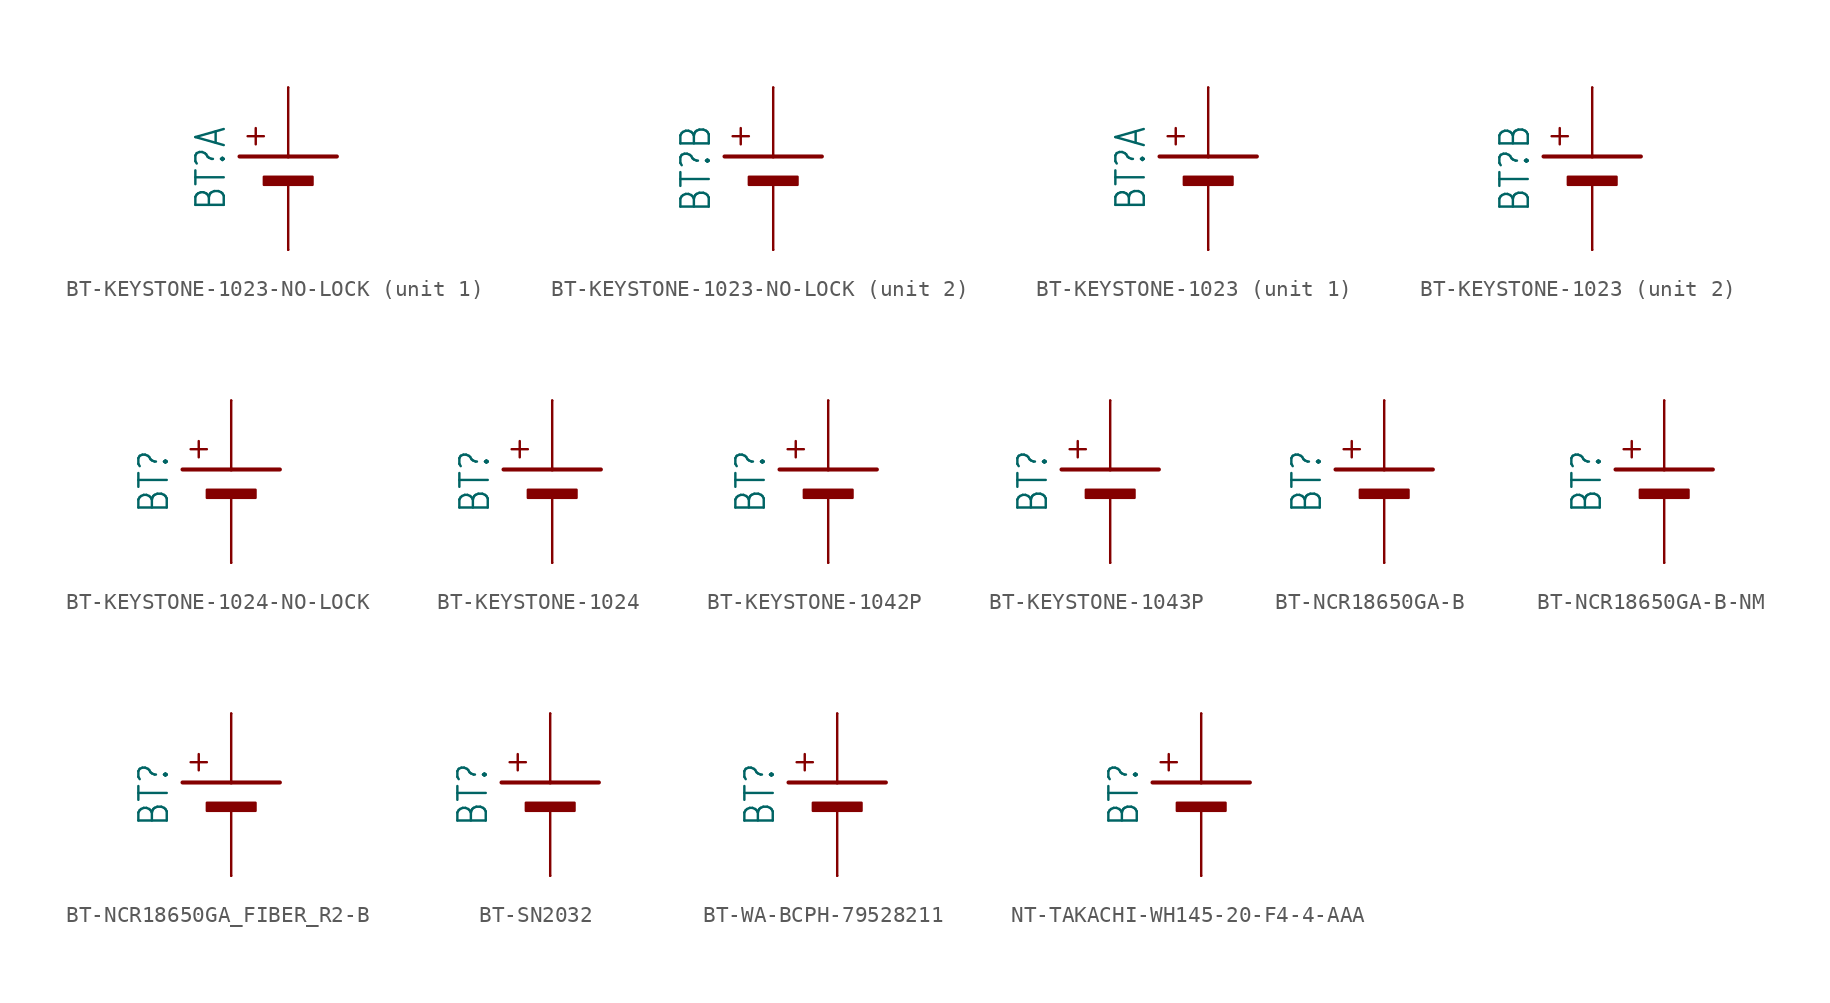
<source format=kicad_sym>
(kicad_symbol_lib
  (version 20231120)
  (generator "kicad_symbol_editor")
  (generator_version "8.0")
  (symbol "BT-KEYSTONE-1023-NO-LOCK"
    (property "Reference" "BT"
      (at -3.81 0 90)
      (effects (font (size 1.778 1.511)) (justify bottom)))
    (property "Value" ""
      (at 3.81 0 90)
      (effects (font (size 1.778 1.511)) (justify top)))
    (property "ki_locked" ""
      (at 0 0 0)
      (effects (font (size 1.27 1.27))))
    (symbol "BT-KEYSTONE-1023-NO-LOCK_1_0"
      (rectangle (start -1.524 -1.016) (end 1.524 -0.508) (stroke (width 0) (type default)) (fill (type outline)))
      (polyline (pts (xy -3.048 0.762) (xy 0 0.762)) (stroke (width 0.254) (type solid)) (fill (type none)))
      (polyline (pts (xy -2.54 2.032) (xy -1.524 2.032)) (stroke (width 0.152) (type solid)) (fill (type none)))
      (polyline (pts (xy -2.032 1.524) (xy -2.032 2.54)) (stroke (width 0.152) (type solid)) (fill (type none)))
      (polyline (pts (xy 0 -0.762) (xy 0 -5.08)) (stroke (width 0.152) (type solid)) (fill (type none)))
      (polyline (pts (xy 0 0.762) (xy 3.048 0.762)) (stroke (width 0.254) (type solid)) (fill (type none)))
      (polyline (pts (xy 0 5.08) (xy 0 0.762)) (stroke (width 0.152) (type solid)) (fill (type none)))
      (pin passive line (at 0 -5.08 90) (length 0) (name "M" (effects (font (size 0 0)))) (number "M1" (effects (font (size 0 0)))))
      (pin passive line (at 0 5.08 270) (length 0) (name "P" (effects (font (size 0 0)))) (number "P1" (effects (font (size 0 0))))))
    (symbol "BT-KEYSTONE-1023-NO-LOCK_2_0"
      (rectangle (start -1.524 -1.016) (end 1.524 -0.508) (stroke (width 0) (type default)) (fill (type outline)))
      (polyline (pts (xy -3.048 0.762) (xy 0 0.762)) (stroke (width 0.254) (type solid)) (fill (type none)))
      (polyline (pts (xy -2.54 2.032) (xy -1.524 2.032)) (stroke (width 0.152) (type solid)) (fill (type none)))
      (polyline (pts (xy -2.032 1.524) (xy -2.032 2.54)) (stroke (width 0.152) (type solid)) (fill (type none)))
      (polyline (pts (xy 0 -0.762) (xy 0 -5.08)) (stroke (width 0.152) (type solid)) (fill (type none)))
      (polyline (pts (xy 0 0.762) (xy 3.048 0.762)) (stroke (width 0.254) (type solid)) (fill (type none)))
      (polyline (pts (xy 0 5.08) (xy 0 0.762)) (stroke (width 0.152) (type solid)) (fill (type none)))
      (pin passive line (at 0 -5.08 90) (length 0) (name "M" (effects (font (size 0 0)))) (number "M2" (effects (font (size 0 0)))))
      (pin passive line (at 0 5.08 270) (length 0) (name "P" (effects (font (size 0 0)))) (number "P2" (effects (font (size 0 0)))))))
  (symbol "BT-KEYSTONE-1023"
    (property "Reference" "BT"
      (at -3.81 0 90)
      (effects (font (size 1.778 1.511)) (justify bottom)))
    (property "Value" ""
      (at 3.81 0 90)
      (effects (font (size 1.778 1.511)) (justify top)))
    (property "ki_locked" ""
      (at 0 0 0)
      (effects (font (size 1.27 1.27))))
    (symbol "BT-KEYSTONE-1023_1_0"
      (rectangle (start -1.524 -1.016) (end 1.524 -0.508) (stroke (width 0) (type default)) (fill (type outline)))
      (polyline (pts (xy -3.048 0.762) (xy 0 0.762)) (stroke (width 0.254) (type solid)) (fill (type none)))
      (polyline (pts (xy -2.54 2.032) (xy -1.524 2.032)) (stroke (width 0.152) (type solid)) (fill (type none)))
      (polyline (pts (xy -2.032 1.524) (xy -2.032 2.54)) (stroke (width 0.152) (type solid)) (fill (type none)))
      (polyline (pts (xy 0 -0.762) (xy 0 -5.08)) (stroke (width 0.152) (type solid)) (fill (type none)))
      (polyline (pts (xy 0 0.762) (xy 3.048 0.762)) (stroke (width 0.254) (type solid)) (fill (type none)))
      (polyline (pts (xy 0 5.08) (xy 0 0.762)) (stroke (width 0.152) (type solid)) (fill (type none)))
      (pin passive line (at 0 -5.08 90) (length 0) (name "M" (effects (font (size 0 0)))) (number "M1" (effects (font (size 0 0)))))
      (pin passive line (at 0 5.08 270) (length 0) (name "P" (effects (font (size 0 0)))) (number "P1" (effects (font (size 0 0))))))
    (symbol "BT-KEYSTONE-1023_2_0"
      (rectangle (start -1.524 -1.016) (end 1.524 -0.508) (stroke (width 0) (type default)) (fill (type outline)))
      (polyline (pts (xy -3.048 0.762) (xy 0 0.762)) (stroke (width 0.254) (type solid)) (fill (type none)))
      (polyline (pts (xy -2.54 2.032) (xy -1.524 2.032)) (stroke (width 0.152) (type solid)) (fill (type none)))
      (polyline (pts (xy -2.032 1.524) (xy -2.032 2.54)) (stroke (width 0.152) (type solid)) (fill (type none)))
      (polyline (pts (xy 0 -0.762) (xy 0 -5.08)) (stroke (width 0.152) (type solid)) (fill (type none)))
      (polyline (pts (xy 0 0.762) (xy 3.048 0.762)) (stroke (width 0.254) (type solid)) (fill (type none)))
      (polyline (pts (xy 0 5.08) (xy 0 0.762)) (stroke (width 0.152) (type solid)) (fill (type none)))
      (pin passive line (at 0 -5.08 90) (length 0) (name "M" (effects (font (size 0 0)))) (number "M2" (effects (font (size 0 0)))))
      (pin passive line (at 0 5.08 270) (length 0) (name "P" (effects (font (size 0 0)))) (number "P2" (effects (font (size 0 0)))))))
  (symbol "BT-KEYSTONE-1024-NO-LOCK"
    (property "Reference" "BT"
      (at -3.81 0 90)
      (effects (font (size 1.778 1.511)) (justify bottom)))
    (property "Value" ""
      (at 3.81 0 90)
      (effects (font (size 1.778 1.511)) (justify top)))
    (property "ki_locked" ""
      (at 0 0 0)
      (effects (font (size 1.27 1.27))))
    (symbol "BT-KEYSTONE-1024-NO-LOCK_1_0"
      (rectangle (start -1.524 -1.016) (end 1.524 -0.508) (stroke (width 0) (type default)) (fill (type outline)))
      (polyline (pts (xy -3.048 0.762) (xy 0 0.762)) (stroke (width 0.254) (type solid)) (fill (type none)))
      (polyline (pts (xy -2.54 2.032) (xy -1.524 2.032)) (stroke (width 0.152) (type solid)) (fill (type none)))
      (polyline (pts (xy -2.032 1.524) (xy -2.032 2.54)) (stroke (width 0.152) (type solid)) (fill (type none)))
      (polyline (pts (xy 0 -0.762) (xy 0 -5.08)) (stroke (width 0.152) (type solid)) (fill (type none)))
      (polyline (pts (xy 0 0.762) (xy 3.048 0.762)) (stroke (width 0.254) (type solid)) (fill (type none)))
      (polyline (pts (xy 0 5.08) (xy 0 0.762)) (stroke (width 0.152) (type solid)) (fill (type none)))
      (pin passive line (at 0 -5.08 90) (length 0) (name "M" (effects (font (size 0 0)))) (number "M" (effects (font (size 0 0)))))
      (pin passive line (at 0 5.08 270) (length 0) (name "P" (effects (font (size 0 0)))) (number "P" (effects (font (size 0 0)))))))
  (symbol "BT-KEYSTONE-1024"
    (property "Reference" "BT"
      (at -3.81 0 90)
      (effects (font (size 1.778 1.511)) (justify bottom)))
    (property "Value" ""
      (at 3.81 0 90)
      (effects (font (size 1.778 1.511)) (justify top)))
    (property "ki_locked" ""
      (at 0 0 0)
      (effects (font (size 1.27 1.27))))
    (symbol "BT-KEYSTONE-1024_1_0"
      (rectangle (start -1.524 -1.016) (end 1.524 -0.508) (stroke (width 0) (type default)) (fill (type outline)))
      (polyline (pts (xy -3.048 0.762) (xy 0 0.762)) (stroke (width 0.254) (type solid)) (fill (type none)))
      (polyline (pts (xy -2.54 2.032) (xy -1.524 2.032)) (stroke (width 0.152) (type solid)) (fill (type none)))
      (polyline (pts (xy -2.032 1.524) (xy -2.032 2.54)) (stroke (width 0.152) (type solid)) (fill (type none)))
      (polyline (pts (xy 0 -0.762) (xy 0 -5.08)) (stroke (width 0.152) (type solid)) (fill (type none)))
      (polyline (pts (xy 0 0.762) (xy 3.048 0.762)) (stroke (width 0.254) (type solid)) (fill (type none)))
      (polyline (pts (xy 0 5.08) (xy 0 0.762)) (stroke (width 0.152) (type solid)) (fill (type none)))
      (pin passive line (at 0 -5.08 90) (length 0) (name "M" (effects (font (size 0 0)))) (number "M" (effects (font (size 0 0)))))
      (pin passive line (at 0 5.08 270) (length 0) (name "P" (effects (font (size 0 0)))) (number "P" (effects (font (size 0 0)))))))
  (symbol "BT-KEYSTONE-1042P"
    (property "Reference" "BT"
      (at -3.81 0 90)
      (effects (font (size 1.778 1.511)) (justify bottom)))
    (property "Value" ""
      (at 3.81 0 90)
      (effects (font (size 1.778 1.511)) (justify top)))
    (property "ki_locked" ""
      (at 0 0 0)
      (effects (font (size 1.27 1.27))))
    (symbol "BT-KEYSTONE-1042P_1_0"
      (rectangle (start -1.524 -1.016) (end 1.524 -0.508) (stroke (width 0) (type default)) (fill (type outline)))
      (polyline (pts (xy -3.048 0.762) (xy 0 0.762)) (stroke (width 0.254) (type solid)) (fill (type none)))
      (polyline (pts (xy -2.54 2.032) (xy -1.524 2.032)) (stroke (width 0.152) (type solid)) (fill (type none)))
      (polyline (pts (xy -2.032 1.524) (xy -2.032 2.54)) (stroke (width 0.152) (type solid)) (fill (type none)))
      (polyline (pts (xy 0 -0.762) (xy 0 -5.08)) (stroke (width 0.152) (type solid)) (fill (type none)))
      (polyline (pts (xy 0 0.762) (xy 3.048 0.762)) (stroke (width 0.254) (type solid)) (fill (type none)))
      (polyline (pts (xy 0 5.08) (xy 0 0.762)) (stroke (width 0.152) (type solid)) (fill (type none)))
      (pin passive line (at 0 -5.08 90) (length 0) (name "M" (effects (font (size 0 0)))) (number "M" (effects (font (size 0 0)))))
      (pin passive line (at 0 5.08 270) (length 0) (name "P" (effects (font (size 0 0)))) (number "P" (effects (font (size 0 0)))))))
  (symbol "BT-KEYSTONE-1043P"
    (property "Reference" "BT"
      (at -3.81 0 90)
      (effects (font (size 1.778 1.511)) (justify bottom)))
    (property "Value" ""
      (at 3.81 0 90)
      (effects (font (size 1.778 1.511)) (justify top)))
    (property "ki_locked" ""
      (at 0 0 0)
      (effects (font (size 1.27 1.27))))
    (symbol "BT-KEYSTONE-1043P_1_0"
      (rectangle (start -1.524 -1.016) (end 1.524 -0.508) (stroke (width 0) (type default)) (fill (type outline)))
      (polyline (pts (xy -3.048 0.762) (xy 0 0.762)) (stroke (width 0.254) (type solid)) (fill (type none)))
      (polyline (pts (xy -2.54 2.032) (xy -1.524 2.032)) (stroke (width 0.152) (type solid)) (fill (type none)))
      (polyline (pts (xy -2.032 1.524) (xy -2.032 2.54)) (stroke (width 0.152) (type solid)) (fill (type none)))
      (polyline (pts (xy 0 -0.762) (xy 0 -5.08)) (stroke (width 0.152) (type solid)) (fill (type none)))
      (polyline (pts (xy 0 0.762) (xy 3.048 0.762)) (stroke (width 0.254) (type solid)) (fill (type none)))
      (polyline (pts (xy 0 5.08) (xy 0 0.762)) (stroke (width 0.152) (type solid)) (fill (type none)))
      (pin passive line (at 0 -5.08 90) (length 0) (name "M" (effects (font (size 0 0)))) (number "M" (effects (font (size 0 0)))))
      (pin passive line (at 0 5.08 270) (length 0) (name "P" (effects (font (size 0 0)))) (number "P" (effects (font (size 0 0)))))))
  (symbol "BT-NCR18650GA-B"
    (property "Reference" "BT"
      (at -3.81 0 90)
      (effects (font (size 1.778 1.511)) (justify bottom)))
    (property "Value" ""
      (at 3.81 0 90)
      (effects (font (size 1.778 1.511)) (justify top)))
    (property "ki_locked" ""
      (at 0 0 0)
      (effects (font (size 1.27 1.27))))
    (symbol "BT-NCR18650GA-B_1_0"
      (rectangle (start -1.524 -1.016) (end 1.524 -0.508) (stroke (width 0) (type default)) (fill (type outline)))
      (polyline (pts (xy -3.048 0.762) (xy 0 0.762)) (stroke (width 0.254) (type solid)) (fill (type none)))
      (polyline (pts (xy -2.54 2.032) (xy -1.524 2.032)) (stroke (width 0.152) (type solid)) (fill (type none)))
      (polyline (pts (xy -2.032 1.524) (xy -2.032 2.54)) (stroke (width 0.152) (type solid)) (fill (type none)))
      (polyline (pts (xy 0 -0.762) (xy 0 -5.08)) (stroke (width 0.152) (type solid)) (fill (type none)))
      (polyline (pts (xy 0 0.762) (xy 3.048 0.762)) (stroke (width 0.254) (type solid)) (fill (type none)))
      (polyline (pts (xy 0 5.08) (xy 0 0.762)) (stroke (width 0.152) (type solid)) (fill (type none)))
      (pin passive line (at 0 -5.08 90) (length 0) (name "M" (effects (font (size 0 0)))) (number "M" (effects (font (size 0 0)))))
      (pin passive line (at 0 5.08 270) (length 0) (name "P" (effects (font (size 0 0)))) (number "P" (effects (font (size 0 0)))))))
  (symbol "BT-NCR18650GA-B-NM"
    (property "Reference" "BT"
      (at -3.81 0 90)
      (effects (font (size 1.778 1.511)) (justify bottom)))
    (property "Value" ""
      (at 3.81 0 90)
      (effects (font (size 1.778 1.511)) (justify top)))
    (property "ki_locked" ""
      (at 0 0 0)
      (effects (font (size 1.27 1.27))))
    (symbol "BT-NCR18650GA-B-NM_1_0"
      (rectangle (start -1.524 -1.016) (end 1.524 -0.508) (stroke (width 0) (type default)) (fill (type outline)))
      (polyline (pts (xy -3.048 0.762) (xy 0 0.762)) (stroke (width 0.254) (type solid)) (fill (type none)))
      (polyline (pts (xy -2.54 2.032) (xy -1.524 2.032)) (stroke (width 0.152) (type solid)) (fill (type none)))
      (polyline (pts (xy -2.032 1.524) (xy -2.032 2.54)) (stroke (width 0.152) (type solid)) (fill (type none)))
      (polyline (pts (xy 0 -0.762) (xy 0 -5.08)) (stroke (width 0.152) (type solid)) (fill (type none)))
      (polyline (pts (xy 0 0.762) (xy 3.048 0.762)) (stroke (width 0.254) (type solid)) (fill (type none)))
      (polyline (pts (xy 0 5.08) (xy 0 0.762)) (stroke (width 0.152) (type solid)) (fill (type none)))
      (pin passive line (at 0 -5.08 90) (length 0) (name "M" (effects (font (size 0 0)))) (number "M" (effects (font (size 0 0)))))
      (pin passive line (at 0 5.08 270) (length 0) (name "P" (effects (font (size 0 0)))) (number "P" (effects (font (size 0 0)))))))
  (symbol "BT-NCR18650GA_FIBER_R2-B"
    (property "Reference" "BT"
      (at -3.81 0 90)
      (effects (font (size 1.778 1.511)) (justify bottom)))
    (property "Value" ""
      (at 3.81 0 90)
      (effects (font (size 1.778 1.511)) (justify top)))
    (property "ki_locked" ""
      (at 0 0 0)
      (effects (font (size 1.27 1.27))))
    (symbol "BT-NCR18650GA_FIBER_R2-B_1_0"
      (rectangle (start -1.524 -1.016) (end 1.524 -0.508) (stroke (width 0) (type default)) (fill (type outline)))
      (polyline (pts (xy -3.048 0.762) (xy 0 0.762)) (stroke (width 0.254) (type solid)) (fill (type none)))
      (polyline (pts (xy -2.54 2.032) (xy -1.524 2.032)) (stroke (width 0.152) (type solid)) (fill (type none)))
      (polyline (pts (xy -2.032 1.524) (xy -2.032 2.54)) (stroke (width 0.152) (type solid)) (fill (type none)))
      (polyline (pts (xy 0 -0.762) (xy 0 -5.08)) (stroke (width 0.152) (type solid)) (fill (type none)))
      (polyline (pts (xy 0 0.762) (xy 3.048 0.762)) (stroke (width 0.254) (type solid)) (fill (type none)))
      (polyline (pts (xy 0 5.08) (xy 0 0.762)) (stroke (width 0.152) (type solid)) (fill (type none)))
      (pin passive line (at 0 -5.08 90) (length 0) (name "M" (effects (font (size 0 0)))) (number "M" (effects (font (size 0 0)))))
      (pin passive line (at 0 5.08 270) (length 0) (name "P" (effects (font (size 0 0)))) (number "P" (effects (font (size 0 0)))))))
  (symbol "BT-SN2032"
    (property "Reference" "BT"
      (at -3.81 0 90)
      (effects (font (size 1.778 1.511)) (justify bottom)))
    (property "Value" ""
      (at 3.81 0 90)
      (effects (font (size 1.778 1.511)) (justify top)))
    (property "ki_locked" ""
      (at 0 0 0)
      (effects (font (size 1.27 1.27))))
    (symbol "BT-SN2032_1_0"
      (rectangle (start -1.524 -1.016) (end 1.524 -0.508) (stroke (width 0) (type default)) (fill (type outline)))
      (polyline (pts (xy -3.048 0.762) (xy 0 0.762)) (stroke (width 0.254) (type solid)) (fill (type none)))
      (polyline (pts (xy -2.54 2.032) (xy -1.524 2.032)) (stroke (width 0.152) (type solid)) (fill (type none)))
      (polyline (pts (xy -2.032 1.524) (xy -2.032 2.54)) (stroke (width 0.152) (type solid)) (fill (type none)))
      (polyline (pts (xy 0 -0.762) (xy 0 -5.08)) (stroke (width 0.152) (type solid)) (fill (type none)))
      (polyline (pts (xy 0 0.762) (xy 3.048 0.762)) (stroke (width 0.254) (type solid)) (fill (type none)))
      (polyline (pts (xy 0 5.08) (xy 0 0.762)) (stroke (width 0.152) (type solid)) (fill (type none)))
      (pin passive line (at 0 -5.08 90) (length 0) (name "M" (effects (font (size 0 0)))) (number "M" (effects (font (size 0 0)))))
      (pin passive line (at 0 5.08 270) (length 0) (name "P" (effects (font (size 0 0)))) (number "P" (effects (font (size 0 0)))))))
  (symbol "BT-WA-BCPH-79528211"
    (property "Reference" "BT"
      (at -3.81 0 90)
      (effects (font (size 1.778 1.511)) (justify bottom)))
    (property "Value" ""
      (at 3.81 0 90)
      (effects (font (size 1.778 1.511)) (justify top)))
    (property "ki_locked" ""
      (at 0 0 0)
      (effects (font (size 1.27 1.27))))
    (symbol "BT-WA-BCPH-79528211_1_0"
      (rectangle (start -1.524 -1.016) (end 1.524 -0.508) (stroke (width 0) (type default)) (fill (type outline)))
      (polyline (pts (xy -3.048 0.762) (xy 0 0.762)) (stroke (width 0.254) (type solid)) (fill (type none)))
      (polyline (pts (xy -2.54 2.032) (xy -1.524 2.032)) (stroke (width 0.152) (type solid)) (fill (type none)))
      (polyline (pts (xy -2.032 1.524) (xy -2.032 2.54)) (stroke (width 0.152) (type solid)) (fill (type none)))
      (polyline (pts (xy 0 -0.762) (xy 0 -5.08)) (stroke (width 0.152) (type solid)) (fill (type none)))
      (polyline (pts (xy 0 0.762) (xy 3.048 0.762)) (stroke (width 0.254) (type solid)) (fill (type none)))
      (polyline (pts (xy 0 5.08) (xy 0 0.762)) (stroke (width 0.152) (type solid)) (fill (type none)))
      (pin passive line (at 0 -5.08 90) (length 0) (name "M" (effects (font (size 0 0)))) (number "M" (effects (font (size 0 0)))))
      (pin passive line (at 0 5.08 270) (length 0) (name "P" (effects (font (size 0 0)))) (number "P" (effects (font (size 0 0)))))))
  (symbol "NT-TAKACHI-WH145-20-F4-4-AAA"
    (property "Reference" "BT"
      (at -3.81 0 90)
      (effects (font (size 1.778 1.511)) (justify bottom)))
    (property "Value" ""
      (at 3.81 0 90)
      (effects (font (size 1.778 1.511)) (justify top)))
    (property "ki_locked" ""
      (at 0 0 0)
      (effects (font (size 1.27 1.27))))
    (symbol "NT-TAKACHI-WH145-20-F4-4-AAA_1_0"
      (rectangle (start -1.524 -1.016) (end 1.524 -0.508) (stroke (width 0) (type default)) (fill (type outline)))
      (polyline (pts (xy -3.048 0.762) (xy 0 0.762)) (stroke (width 0.254) (type solid)) (fill (type none)))
      (polyline (pts (xy -2.54 2.032) (xy -1.524 2.032)) (stroke (width 0.152) (type solid)) (fill (type none)))
      (polyline (pts (xy -2.032 1.524) (xy -2.032 2.54)) (stroke (width 0.152) (type solid)) (fill (type none)))
      (polyline (pts (xy 0 -0.762) (xy 0 -5.08)) (stroke (width 0.152) (type solid)) (fill (type none)))
      (polyline (pts (xy 0 0.762) (xy 3.048 0.762)) (stroke (width 0.254) (type solid)) (fill (type none)))
      (polyline (pts (xy 0 5.08) (xy 0 0.762)) (stroke (width 0.152) (type solid)) (fill (type none)))
      (pin passive line (at 0 -5.08 90) (length 0) (name "M" (effects (font (size 0 0)))) (number "M" (effects (font (size 0 0)))))
      (pin passive line (at 0 5.08 270) (length 0) (name "P" (effects (font (size 0 0)))) (number "P" (effects (font (size 0 0))))))))
</source>
